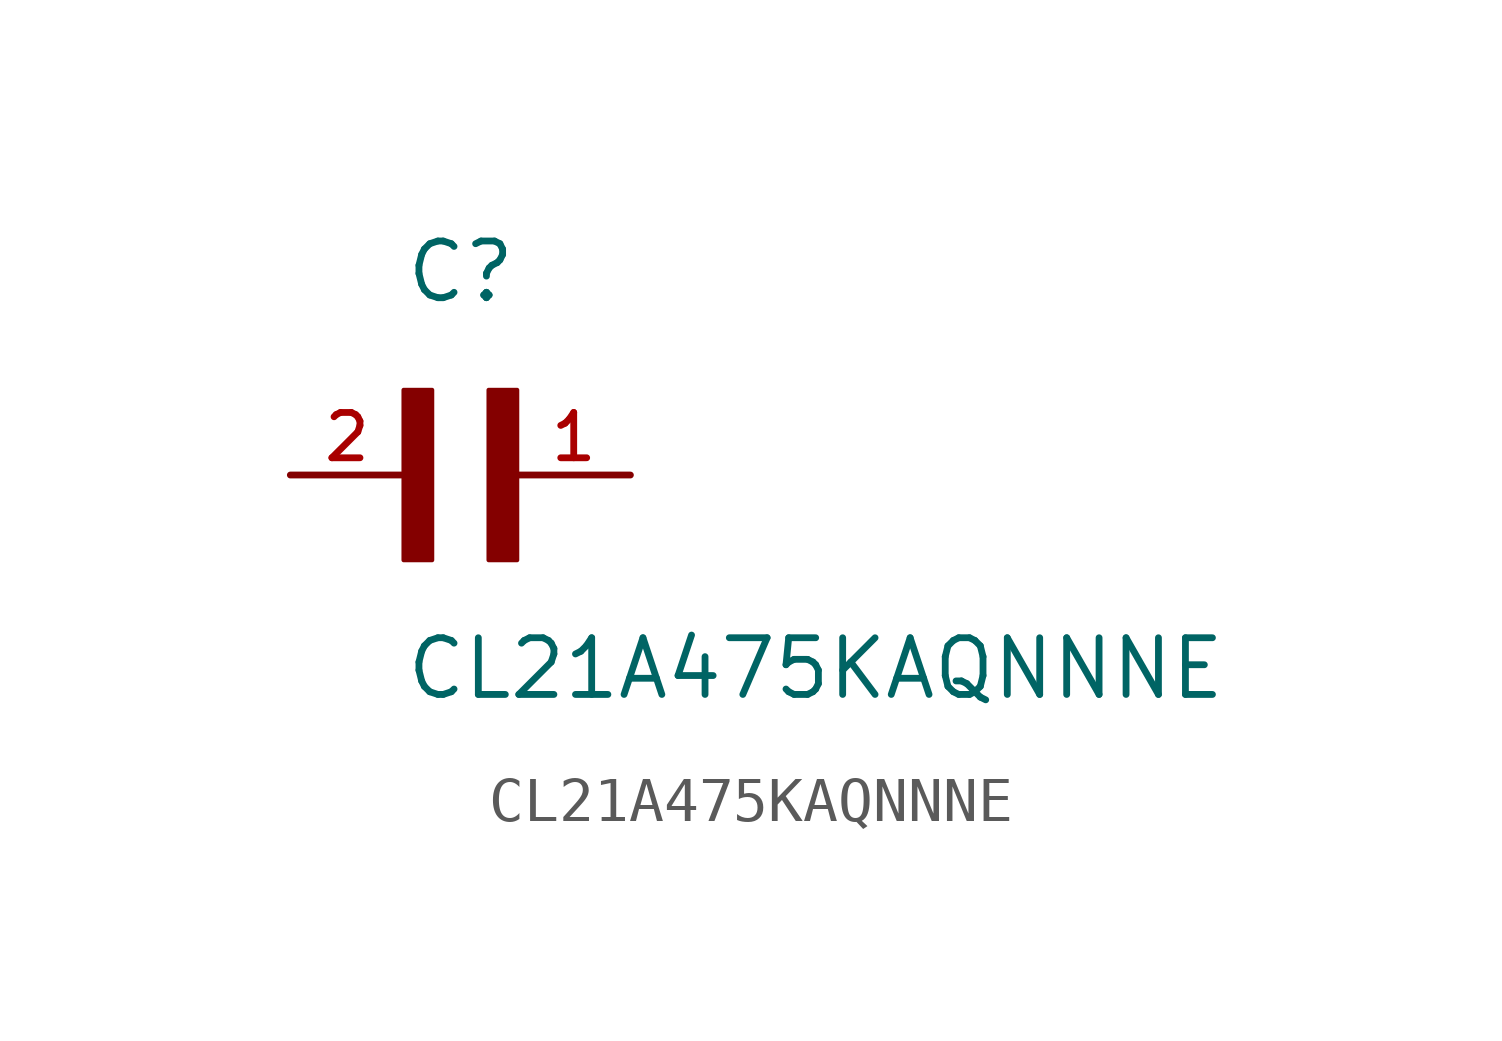
<source format=kicad_sym>
(kicad_symbol_lib
  (version 20211014)
  (generator kicad_symbol_editor)
  (symbol "CL21A475KAQNNNE"
    (pin_names
      (offset 1.016))
    (property "Reference" "C"
      (at 0.0 3.81 0)
      (effects (font (size 1.27 1.27)) (justify bottom left)))
    (property "Value" "CL21A475KAQNNNE"
      (at 0.0 -5.08 0)
      (effects (font (size 1.27 1.27)) (justify bottom left)))
    (symbol "CL21A475KAQNNNE_0_0"
      (rectangle (start 0.0 -1.905) (end 0.635 1.905) (stroke (width 0.1)) (fill (type outline)))
      (rectangle (start 1.905 -1.905) (end 2.54 1.905) (stroke (width 0.1)) (fill (type outline)))
      (pin passive line (at 5.08 0.0 180.0) (length 2.54) (name "~" (effects (font (size 1.016 1.016)))) (number "1" (effects (font (size 1.016 1.016)))))
      (pin passive line (at -2.54 0.0 0) (length 2.54) (name "~" (effects (font (size 1.016 1.016)))) (number "2" (effects (font (size 1.016 1.016))))))))
</source>
